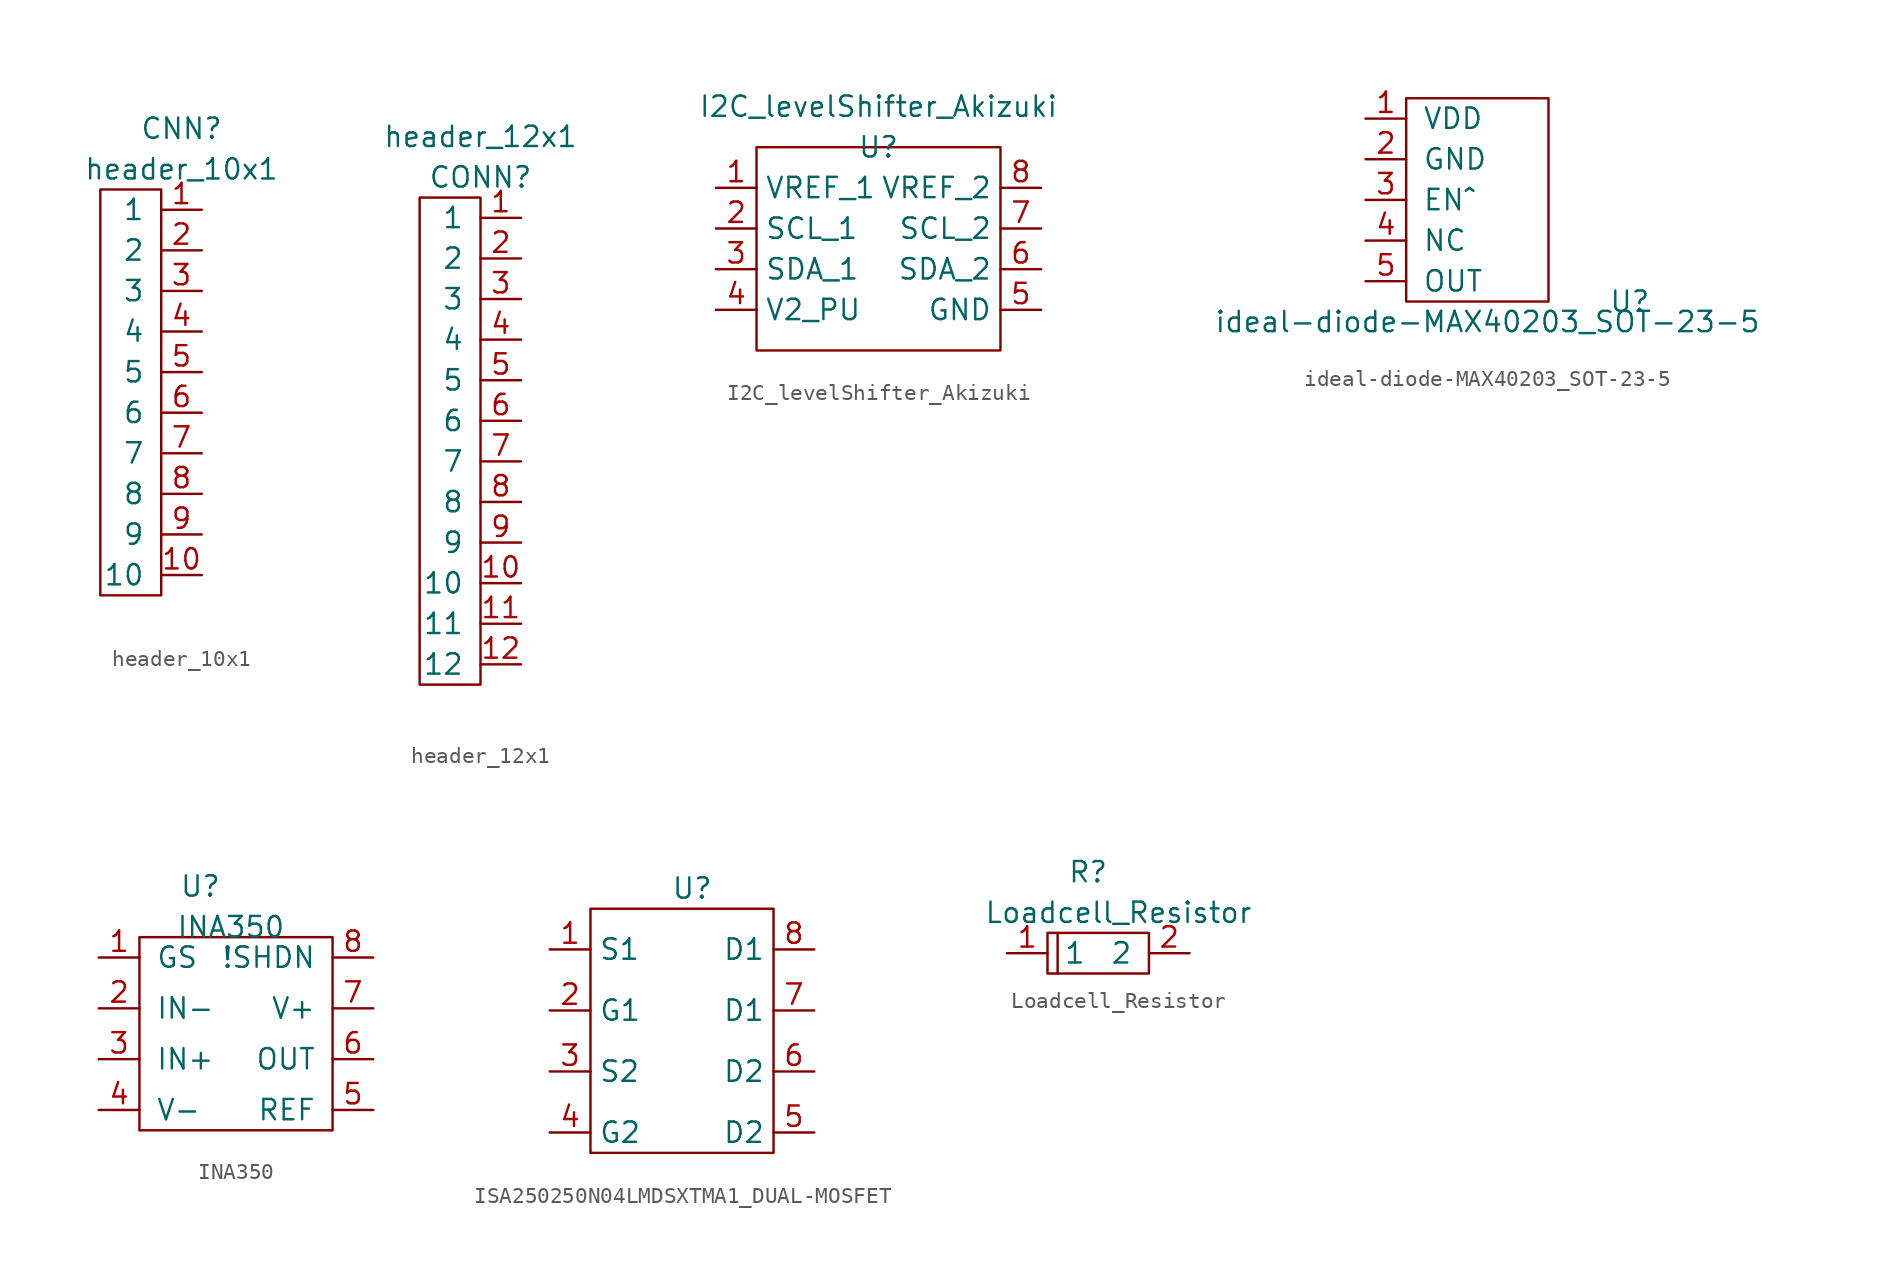
<source format=kicad_sym>
(kicad_symbol_lib
  (version 20231120)
  (generator "kicad_symbol_editor")
  (generator_version "8.0")
  (symbol "header_10x1"
    (pin_names
      (offset 1.016))
    (property "Reference" "CNN"
      (at 1.27 1.27 0)
      (effects (font (size 1.27 1.27))))
    (property "Value" "header_10x1"
      (at 1.27 -1.27 0)
      (effects (font (size 1.27 1.27))))
    (symbol "header_10x1_0_1"
      (rectangle (start -3.81 -2.54) (end 0 -27.94) (stroke (width 0) (type default)) (fill (type none))))
    (symbol "header_10x1_1_1"
      (pin passive line (at 2.54 -3.81 180) (length 2.54) (name "1" (effects (font (size 1.27 1.27)))) (number "1" (effects (font (size 1.27 1.27)))))
      (pin passive line (at 2.54 -26.67 180) (length 2.54) (name "10" (effects (font (size 1.27 1.27)))) (number "10" (effects (font (size 1.27 1.27)))))
      (pin passive line (at 2.54 -6.35 180) (length 2.54) (name "2" (effects (font (size 1.27 1.27)))) (number "2" (effects (font (size 1.27 1.27)))))
      (pin passive line (at 2.54 -8.89 180) (length 2.54) (name "3" (effects (font (size 1.27 1.27)))) (number "3" (effects (font (size 1.27 1.27)))))
      (pin passive line (at 2.54 -11.43 180) (length 2.54) (name "4" (effects (font (size 1.27 1.27)))) (number "4" (effects (font (size 1.27 1.27)))))
      (pin passive line (at 2.54 -13.97 180) (length 2.54) (name "5" (effects (font (size 1.27 1.27)))) (number "5" (effects (font (size 1.27 1.27)))))
      (pin passive line (at 2.54 -16.51 180) (length 2.54) (name "6" (effects (font (size 1.27 1.27)))) (number "6" (effects (font (size 1.27 1.27)))))
      (pin passive line (at 2.54 -19.05 180) (length 2.54) (name "7" (effects (font (size 1.27 1.27)))) (number "7" (effects (font (size 1.27 1.27)))))
      (pin passive line (at 2.54 -21.59 180) (length 2.54) (name "8" (effects (font (size 1.27 1.27)))) (number "8" (effects (font (size 1.27 1.27)))))
      (pin passive line (at 2.54 -24.13 180) (length 2.54) (name "9" (effects (font (size 1.27 1.27)))) (number "9" (effects (font (size 1.27 1.27)))))))
  (symbol "header_12x1"
    (pin_names
      (offset 1.016))
    (property "Reference" "CONN"
      (at 0 0 0)
      (effects (font (size 1.27 1.27))))
    (property "Value" "header_12x1"
      (at 0 2.54 0)
      (effects (font (size 1.27 1.27))))
    (symbol "header_12x1_0_1"
      (rectangle (start 0 -1.27) (end -3.81 -31.75) (stroke (width 0) (type default)) (fill (type none))))
    (symbol "header_12x1_1_1"
      (pin passive line (at 2.54 -2.54 180) (length 2.54) (name "1" (effects (font (size 1.27 1.27)))) (number "1" (effects (font (size 1.27 1.27)))))
      (pin passive line (at 2.54 -25.4 180) (length 2.54) (name "10" (effects (font (size 1.27 1.27)))) (number "10" (effects (font (size 1.27 1.27)))))
      (pin passive line (at 2.54 -27.94 180) (length 2.54) (name "11" (effects (font (size 1.27 1.27)))) (number "11" (effects (font (size 1.27 1.27)))))
      (pin passive line (at 2.54 -30.48 180) (length 2.54) (name "12" (effects (font (size 1.27 1.27)))) (number "12" (effects (font (size 1.27 1.27)))))
      (pin passive line (at 2.54 -5.08 180) (length 2.54) (name "2" (effects (font (size 1.27 1.27)))) (number "2" (effects (font (size 1.27 1.27)))))
      (pin passive line (at 2.54 -7.62 180) (length 2.54) (name "3" (effects (font (size 1.27 1.27)))) (number "3" (effects (font (size 1.27 1.27)))))
      (pin passive line (at 2.54 -10.16 180) (length 2.54) (name "4" (effects (font (size 1.27 1.27)))) (number "4" (effects (font (size 1.27 1.27)))))
      (pin passive line (at 2.54 -12.7 180) (length 2.54) (name "5" (effects (font (size 1.27 1.27)))) (number "5" (effects (font (size 1.27 1.27)))))
      (pin passive line (at 2.54 -15.24 180) (length 2.54) (name "6" (effects (font (size 1.27 1.27)))) (number "6" (effects (font (size 1.27 1.27)))))
      (pin passive line (at 2.54 -17.78 180) (length 2.54) (name "7" (effects (font (size 1.27 1.27)))) (number "7" (effects (font (size 1.27 1.27)))))
      (pin passive line (at 2.54 -20.32 180) (length 2.54) (name "8" (effects (font (size 1.27 1.27)))) (number "8" (effects (font (size 1.27 1.27)))))
      (pin passive line (at 2.54 -22.86 180) (length 2.54) (name "9" (effects (font (size 1.27 1.27)))) (number "9" (effects (font (size 1.27 1.27)))))))
  (symbol "I2C_levelShifter_Akizuki"
    (property "Reference" "U"
      (at 0 0 0)
      (effects (font (size 1.27 1.27))))
    (property "Value" "I2C_levelShifter_Akizuki"
      (at 0 2.54 0)
      (effects (font (size 1.27 1.27))))
    (symbol "I2C_levelShifter_Akizuki_0_1"
      (rectangle (start -7.62 0) (end 7.62 -12.7) (stroke (width 0.152) (type default)) (fill (type none))))
    (symbol "I2C_levelShifter_Akizuki_1_1"
      (pin passive line (at -10.16 -2.54 0) (length 2.54) (name "VREF_1" (effects (font (size 1.27 1.27)))) (number "1" (effects (font (size 1.27 1.27)))))
      (pin passive line (at -10.16 -5.08 0) (length 2.54) (name "SCL_1" (effects (font (size 1.27 1.27)))) (number "2" (effects (font (size 1.27 1.27)))))
      (pin passive line (at -10.16 -7.62 0) (length 2.54) (name "SDA_1" (effects (font (size 1.27 1.27)))) (number "3" (effects (font (size 1.27 1.27)))))
      (pin passive line (at -10.16 -10.16 0) (length 2.54) (name "V2_PU" (effects (font (size 1.27 1.27)))) (number "4" (effects (font (size 1.27 1.27)))))
      (pin passive line (at 10.16 -10.16 180) (length 2.54) (name "GND" (effects (font (size 1.27 1.27)))) (number "5" (effects (font (size 1.27 1.27)))))
      (pin passive line (at 10.16 -7.62 180) (length 2.54) (name "SDA_2" (effects (font (size 1.27 1.27)))) (number "6" (effects (font (size 1.27 1.27)))))
      (pin passive line (at 10.16 -5.08 180) (length 2.54) (name "SCL_2" (effects (font (size 1.27 1.27)))) (number "7" (effects (font (size 1.27 1.27)))))
      (pin passive line (at 10.16 -2.54 180) (length 2.54) (name "VREF_2" (effects (font (size 1.27 1.27)))) (number "8" (effects (font (size 1.27 1.27)))))))
  (symbol "ideal-diode-MAX40203_SOT-23-5"
    (pin_names
      (offset 1.016))
    (property "Reference" "U"
      (at 0 0 0)
      (effects (font (size 1.27 1.27))))
    (property "Value" "ideal-diode-MAX40203_SOT-23-5"
      (at -8.89 -1.27 0)
      (effects (font (size 1.27 1.27))))
    (symbol "ideal-diode-MAX40203_SOT-23-5_0_1"
      (rectangle (start -13.97 12.7) (end -5.08 0) (stroke (width 0) (type default)) (fill (type none))))
    (symbol "ideal-diode-MAX40203_SOT-23-5_1_1"
      (pin passive line (at -16.51 11.43 0) (length 2.54) (name "VDD" (effects (font (size 1.27 1.27)))) (number "1" (effects (font (size 1.27 1.27)))))
      (pin passive line (at -16.51 8.89 0) (length 2.54) (name "GND" (effects (font (size 1.27 1.27)))) (number "2" (effects (font (size 1.27 1.27)))))
      (pin passive line (at -16.51 6.35 0) (length 2.54) (name "EN^" (effects (font (size 1.27 1.27)))) (number "3" (effects (font (size 1.27 1.27)))))
      (pin passive line (at -16.51 3.81 0) (length 2.54) (name "NC" (effects (font (size 1.27 1.27)))) (number "4" (effects (font (size 1.27 1.27)))))
      (pin passive line (at -16.51 1.27 0) (length 2.54) (name "OUT" (effects (font (size 1.27 1.27)))) (number "5" (effects (font (size 1.27 1.27)))))))
  (symbol "INA350"
    (pin_names
      (offset 1.016))
    (property "Reference" "U"
      (at -0.635 9.525 0)
      (effects (font (size 1.27 1.27))))
    (property "Value" "INA350"
      (at 1.27 6.985 0)
      (effects (font (size 1.27 1.27))))
    (symbol "INA350_0_1"
      (rectangle (start -4.445 6.35) (end 7.62 -5.715) (stroke (width 0) (type default)) (fill (type none))))
    (symbol "INA350_1_1"
      (pin passive line (at -6.985 5.08 0) (length 2.54) (name "GS" (effects (font (size 1.27 1.27)))) (number "1" (effects (font (size 1.27 1.27)))))
      (pin passive line (at -6.985 1.905 0) (length 2.54) (name "IN-" (effects (font (size 1.27 1.27)))) (number "2" (effects (font (size 1.27 1.27)))))
      (pin passive line (at -6.985 -1.27 0) (length 2.54) (name "IN+" (effects (font (size 1.27 1.27)))) (number "3" (effects (font (size 1.27 1.27)))))
      (pin passive line (at -6.985 -4.445 0) (length 2.54) (name "V-" (effects (font (size 1.27 1.27)))) (number "4" (effects (font (size 1.27 1.27)))))
      (pin passive line (at 10.16 -4.445 180) (length 2.54) (name "REF" (effects (font (size 1.27 1.27)))) (number "5" (effects (font (size 1.27 1.27)))))
      (pin passive line (at 10.16 -1.27 180) (length 2.54) (name "OUT" (effects (font (size 1.27 1.27)))) (number "6" (effects (font (size 1.27 1.27)))))
      (pin passive line (at 10.16 1.905 180) (length 2.54) (name "V+" (effects (font (size 1.27 1.27)))) (number "7" (effects (font (size 1.27 1.27)))))
      (pin passive line (at 10.16 5.08 180) (length 2.54) (name "!SHDN" (effects (font (size 1.27 1.27)))) (number "8" (effects (font (size 1.27 1.27)))))))
  (symbol "ISA250250N04LMDSXTMA1_DUAL-MOSFET"
    (property "Reference" "U"
      (at 0 1.27 0)
      (effects (font (size 1.27 1.27))))
    (property "Value" ""
      (at 0 0 0)
      (effects (font (size 1.27 1.27))))
    (symbol "ISA250250N04LMDSXTMA1_DUAL-MOSFET_0_1"
      (rectangle (start -6.35 0) (end 5.08 -15.24) (stroke (width 0) (type default)) (fill (type none))))
    (symbol "ISA250250N04LMDSXTMA1_DUAL-MOSFET_1_1"
      (pin passive line (at -8.89 -2.54 0) (length 2.54) (name "S1" (effects (font (size 1.27 1.27)))) (number "1" (effects (font (size 1.27 1.27)))))
      (pin passive line (at -8.89 -6.35 0) (length 2.54) (name "G1" (effects (font (size 1.27 1.27)))) (number "2" (effects (font (size 1.27 1.27)))))
      (pin passive line (at -8.89 -10.16 0) (length 2.54) (name "S2" (effects (font (size 1.27 1.27)))) (number "3" (effects (font (size 1.27 1.27)))))
      (pin passive line (at -8.89 -13.97 0) (length 2.54) (name "G2" (effects (font (size 1.27 1.27)))) (number "4" (effects (font (size 1.27 1.27)))))
      (pin passive line (at 7.62 -13.97 180) (length 2.54) (name "D2" (effects (font (size 1.27 1.27)))) (number "5" (effects (font (size 1.27 1.27)))))
      (pin passive line (at 7.62 -10.16 180) (length 2.54) (name "D2" (effects (font (size 1.27 1.27)))) (number "6" (effects (font (size 1.27 1.27)))))
      (pin passive line (at 7.62 -6.35 180) (length 2.54) (name "D1" (effects (font (size 1.27 1.27)))) (number "7" (effects (font (size 1.27 1.27)))))
      (pin passive line (at 7.62 -2.54 180) (length 2.54) (name "D1" (effects (font (size 1.27 1.27)))) (number "8" (effects (font (size 1.27 1.27)))))))
  (symbol "Loadcell_Resistor"
    (pin_names
      (offset 1.016))
    (property "Reference" "R"
      (at 0 1.27 0)
      (effects (font (size 1.27 1.27))))
    (property "Value" "Loadcell_Resistor"
      (at 1.905 -1.27 0)
      (effects (font (size 1.27 1.27))))
    (symbol "Loadcell_Resistor_0_1"
      (rectangle (start -2.54 -2.54) (end 3.81 -5.08) (stroke (width 0) (type default)) (fill (type none)))
      (polyline (pts (xy -1.905 -2.54) (xy -1.905 -5.08)) (stroke (width 0) (type default)) (fill (type none))))
    (symbol "Loadcell_Resistor_1_1"
      (pin passive line (at -5.08 -3.81 0) (length 2.54) (name "1" (effects (font (size 1.27 1.27)))) (number "1" (effects (font (size 1.27 1.27)))))
      (pin passive line (at 6.35 -3.81 180) (length 2.54) (name "2" (effects (font (size 1.27 1.27)))) (number "2" (effects (font (size 1.27 1.27))))))))
</source>
